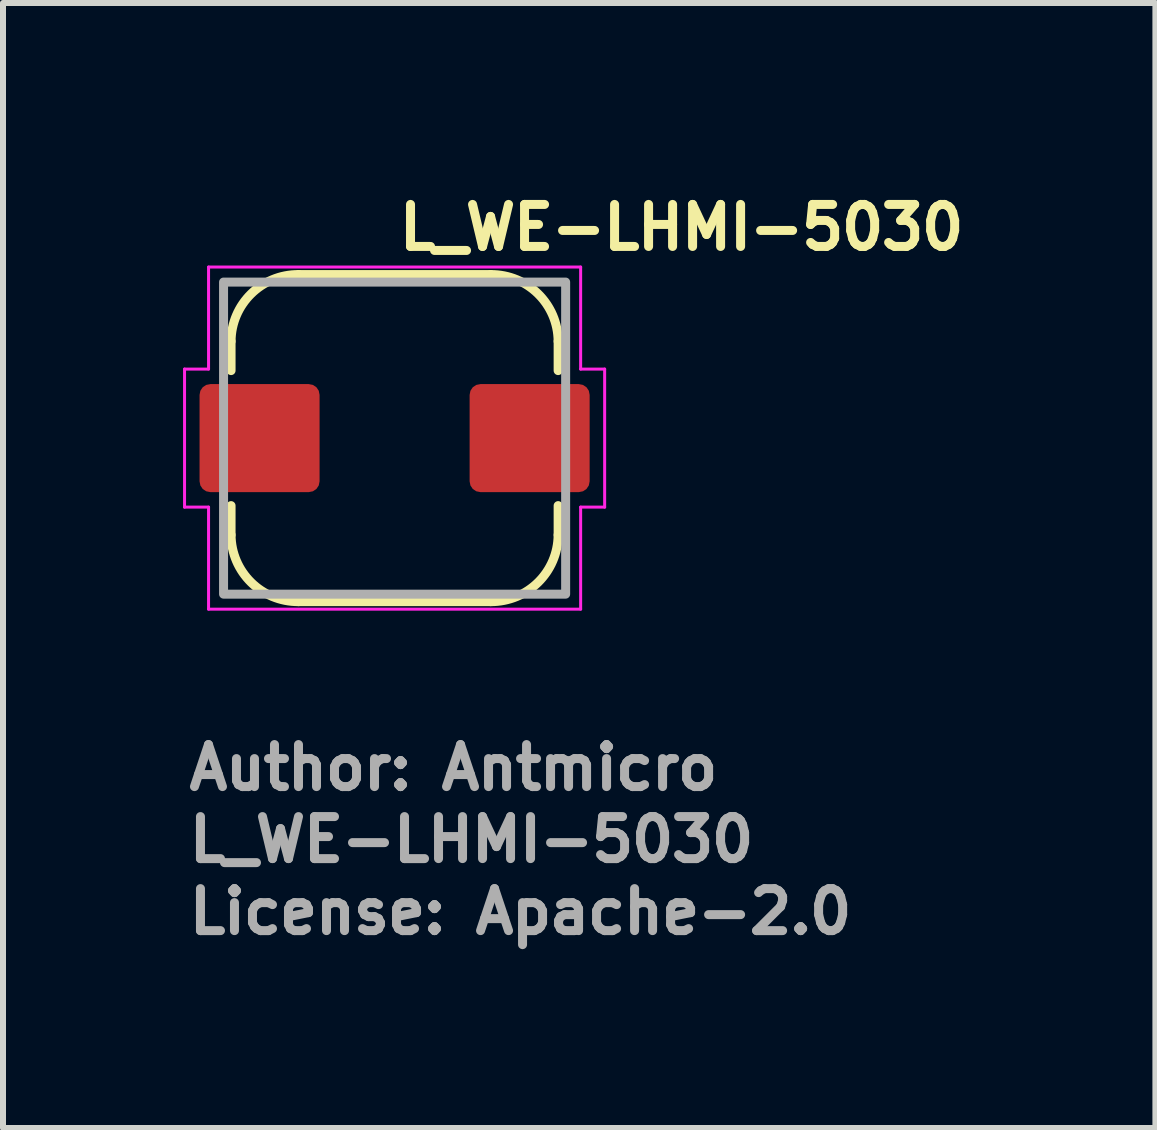
<source format=kicad_pcb>
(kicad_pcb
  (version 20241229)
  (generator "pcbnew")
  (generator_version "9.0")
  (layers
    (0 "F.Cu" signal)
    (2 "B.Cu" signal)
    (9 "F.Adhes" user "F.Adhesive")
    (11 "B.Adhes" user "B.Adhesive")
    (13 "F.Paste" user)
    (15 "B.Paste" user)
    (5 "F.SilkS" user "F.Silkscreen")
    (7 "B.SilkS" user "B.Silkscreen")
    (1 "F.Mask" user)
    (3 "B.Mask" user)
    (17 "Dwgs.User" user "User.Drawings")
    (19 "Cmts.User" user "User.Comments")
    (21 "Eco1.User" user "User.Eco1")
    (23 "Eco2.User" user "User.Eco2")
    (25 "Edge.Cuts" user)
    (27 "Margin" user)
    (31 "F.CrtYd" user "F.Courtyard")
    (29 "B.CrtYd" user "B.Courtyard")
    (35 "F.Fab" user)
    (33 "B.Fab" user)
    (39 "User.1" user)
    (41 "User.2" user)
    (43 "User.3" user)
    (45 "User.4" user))
  (footprint "L_WE-LHMI-5030"
    (layer "F.Cu")
    (at 3.525 4.25)
    (property "Reference" "L_WE-LHMI-5030" (at 0 -3.1 180) (layer "F.SilkS") (effects (font (size 0.7 0.7) (thickness 0.15)) (justify left bottom)))
    (attr smd)
    (fp_line (start -2.725 -1.613) (end -2.725 -1.125) (stroke (width 0.15) (type solid)) (layer "F.SilkS"))
    (fp_line (start -2.725 1.613) (end -2.725 1.125) (stroke (width 0.15) (type solid)) (layer "F.SilkS"))
    (fp_line (start -1.6 -2.725) (end 1.6 -2.725) (stroke (width 0.15) (type solid)) (layer "F.SilkS"))
    (fp_line (start 1.6 2.725) (end -1.6 2.725) (stroke (width 0.15) (type solid)) (layer "F.SilkS"))
    (fp_line (start 2.725 -1.613) (end 2.725 -1.125) (stroke (width 0.15) (type solid)) (layer "F.SilkS"))
    (fp_line (start 2.725 1.613) (end 2.725 1.125) (stroke (width 0.15) (type solid)) (layer "F.SilkS"))
    (fp_arc (start -2.725 -1.6125) (mid -2.392906 -2.401745) (end -1.6 -2.725) (stroke (width 0.15) (type solid)) (layer "F.SilkS"))
    (fp_arc (start -1.6 2.725) (mid -2.392906 2.401745) (end -2.725 1.6125) (stroke (width 0.15) (type solid)) (layer "F.SilkS"))
    (fp_arc (start 1.6 -2.725) (mid 2.392906 -2.401745) (end 2.725 -1.6125) (stroke (width 0.15) (type solid)) (layer "F.SilkS"))
    (fp_arc (start 2.725 1.6125) (mid 2.392906 2.401745) (end 1.6 2.725) (stroke (width 0.15) (type solid)) (layer "F.SilkS"))
    (fp_line (start -3.5 1.15) (end -3.5 -1.15) (stroke (width 0.05) (type solid)) (layer "F.CrtYd"))
    (fp_line (start -3.1 -2.85) (end 3.1 -2.85) (stroke (width 0.05) (type solid)) (layer "F.CrtYd"))
    (fp_line (start -3.1 -1.15) (end -3.5 -1.15) (stroke (width 0.05) (type solid)) (layer "F.CrtYd"))
    (fp_line (start -3.1 -1.15) (end -3.1 -2.85) (stroke (width 0.05) (type solid)) (layer "F.CrtYd"))
    (fp_line (start -3.1 1.15) (end -3.5 1.15) (stroke (width 0.05) (type solid)) (layer "F.CrtYd"))
    (fp_line (start -3.1 2.85) (end -3.1 1.15) (stroke (width 0.05) (type solid)) (layer "F.CrtYd"))
    (fp_line (start 3.1 -2.85) (end 3.1 -1.15) (stroke (width 0.05) (type solid)) (layer "F.CrtYd"))
    (fp_line (start 3.1 -1.15) (end 3.5 -1.15) (stroke (width 0.05) (type solid)) (layer "F.CrtYd"))
    (fp_line (start 3.1 1.15) (end 3.1 2.85) (stroke (width 0.05) (type solid)) (layer "F.CrtYd"))
    (fp_line (start 3.1 1.15) (end 3.5 1.15) (stroke (width 0.05) (type solid)) (layer "F.CrtYd"))
    (fp_line (start 3.1 2.85) (end -3.1 2.85) (stroke (width 0.05) (type solid)) (layer "F.CrtYd"))
    (fp_line (start 3.5 -1.15) (end 3.5 1.15) (stroke (width 0.05) (type solid)) (layer "F.CrtYd"))
    (fp_rect (start -2.85 -2.6) (end 2.85 2.6) (stroke (width 0.15) (type solid)) (fill no) (layer "F.Fab"))
    (fp_rect (start -2.85 -2.6) (end 2.85 2.6) (stroke (width 0.1) (type solid)) (fill no) (layer "User.5"))
    (fp_line (start -2.85 -0.75) (end -2.85 0.75) (stroke (width 0.02) (type solid)) (layer "User.9"))
    (fp_line (start -2.85 -0.75) (end -2.85 0.75) (stroke (width 0.02) (type solid)) (layer "User.9"))
    (fp_line (start -2.6 -0.75) (end -2.85 -0.75) (stroke (width 0.02) (type solid)) (layer "User.9"))
    (fp_line (start -2.6 0.75) (end -2.85 0.75) (stroke (width 0.02) (type solid)) (layer "User.9"))
    (fp_line (start -2.6 1.6) (end -2.6 -1.6) (stroke (width 0.02) (type solid)) (layer "User.9"))
    (fp_line (start -2.6 1.6) (end -2.598 1.651) (stroke (width 0.02) (type solid)) (layer "User.9"))
    (fp_line (start -2.598 -1.651) (end -2.6 -1.6) (stroke (width 0.02) (type solid)) (layer "User.9"))
    (fp_line (start -2.598 1.651) (end -2.594 1.702) (stroke (width 0.02) (type solid)) (layer "User.9"))
    (fp_line (start -2.594 -1.702) (end -2.598 -1.651) (stroke (width 0.02) (type solid)) (layer "User.9"))
    (fp_line (start -2.594 1.702) (end -2.588 1.752) (stroke (width 0.02) (type solid)) (layer "User.9"))
    (fp_line (start -2.588 -1.752) (end -2.594 -1.702) (stroke (width 0.02) (type solid)) (layer "User.9"))
    (fp_line (start -2.588 1.752) (end -2.579 1.801) (stroke (width 0.02) (type solid)) (layer "User.9"))
    (fp_line (start -2.579 -1.801) (end -2.588 -1.752) (stroke (width 0.02) (type solid)) (layer "User.9"))
    (fp_line (start -2.579 1.801) (end -2.568 1.849) (stroke (width 0.02) (type solid)) (layer "User.9"))
    (fp_line (start -2.568 -1.849) (end -2.579 -1.801) (stroke (width 0.02) (type solid)) (layer "User.9"))
    (fp_line (start -2.568 1.849) (end -2.555 1.897) (stroke (width 0.02) (type solid)) (layer "User.9"))
    (fp_line (start -2.555 -1.897) (end -2.568 -1.849) (stroke (width 0.02) (type solid)) (layer "User.9"))
    (fp_line (start -2.555 1.897) (end -2.539 1.943) (stroke (width 0.02) (type solid)) (layer "User.9"))
    (fp_line (start -2.539 -1.943) (end -2.555 -1.897) (stroke (width 0.02) (type solid)) (layer "User.9"))
    (fp_line (start -2.539 1.943) (end -2.521 1.989) (stroke (width 0.02) (type solid)) (layer "User.9"))
    (fp_line (start -2.521 -1.989) (end -2.539 -1.943) (stroke (width 0.02) (type solid)) (layer "User.9"))
    (fp_line (start -2.521 1.989) (end -2.501 2.032) (stroke (width 0.02) (type solid)) (layer "User.9"))
    (fp_line (start -2.501 -2.032) (end -2.521 -1.989) (stroke (width 0.02) (type solid)) (layer "User.9"))
    (fp_line (start -2.501 2.032) (end -2.479 2.076) (stroke (width 0.02) (type solid)) (layer "User.9"))
    (fp_line (start -2.479 -2.076) (end -2.501 -2.032) (stroke (width 0.02) (type solid)) (layer "User.9"))
    (fp_line (start -2.479 2.076) (end -2.455 2.118) (stroke (width 0.02) (type solid)) (layer "User.9"))
    (fp_line (start -2.455 -2.118) (end -2.479 -2.076) (stroke (width 0.02) (type solid)) (layer "User.9"))
    (fp_line (start -2.455 2.118) (end -2.429 2.159) (stroke (width 0.02) (type solid)) (layer "User.9"))
    (fp_line (start -2.429 -2.159) (end -2.455 -2.118) (stroke (width 0.02) (type solid)) (layer "User.9"))
    (fp_line (start -2.429 2.159) (end -2.401 2.198) (stroke (width 0.02) (type solid)) (layer "User.9"))
    (fp_line (start -2.401 -2.198) (end -2.429 -2.159) (stroke (width 0.02) (type solid)) (layer "User.9"))
    (fp_line (start -2.401 2.198) (end -2.371 2.236) (stroke (width 0.02) (type solid)) (layer "User.9"))
    (fp_line (start -2.4 -1.6) (end -2.4 1.6) (stroke (width 0.02) (type solid)) (layer "User.9"))
    (fp_line (start -2.4 1.6) (end -2.399 1.639) (stroke (width 0.02) (type solid)) (layer "User.9"))
    (fp_line (start -2.399 -1.639) (end -2.4 -1.6) (stroke (width 0.02) (type solid)) (layer "User.9"))
    (fp_line (start -2.399 1.639) (end -2.396 1.679) (stroke (width 0.02) (type solid)) (layer "User.9"))
    (fp_line (start -2.396 -1.679) (end -2.399 -1.639) (stroke (width 0.02) (type solid)) (layer "User.9"))
    (fp_line (start -2.396 1.679) (end -2.391 1.718) (stroke (width 0.02) (type solid)) (layer "User.9"))
    (fp_line (start -2.391 -1.718) (end -2.396 -1.679) (stroke (width 0.02) (type solid)) (layer "User.9"))
    (fp_line (start -2.391 1.718) (end -2.384 1.756) (stroke (width 0.02) (type solid)) (layer "User.9"))
    (fp_line (start -2.384 -1.756) (end -2.391 -1.718) (stroke (width 0.02) (type solid)) (layer "User.9"))
    (fp_line (start -2.384 1.756) (end -2.375 1.795) (stroke (width 0.02) (type solid)) (layer "User.9"))
    (fp_line (start -2.375 -1.795) (end -2.384 -1.756) (stroke (width 0.02) (type solid)) (layer "User.9"))
    (fp_line (start -2.375 1.795) (end -2.365 1.832) (stroke (width 0.02) (type solid)) (layer "User.9"))
    (fp_line (start -2.371 -2.236) (end -2.401 -2.198) (stroke (width 0.02) (type solid)) (layer "User.9"))
    (fp_line (start -2.371 2.236) (end -2.34 2.272) (stroke (width 0.02) (type solid)) (layer "User.9"))
    (fp_line (start -2.365 -1.832) (end -2.375 -1.795) (stroke (width 0.02) (type solid)) (layer "User.9"))
    (fp_line (start -2.365 1.832) (end -2.353 1.869) (stroke (width 0.02) (type solid)) (layer "User.9"))
    (fp_line (start -2.353 -1.869) (end -2.365 -1.832) (stroke (width 0.02) (type solid)) (layer "User.9"))
    (fp_line (start -2.353 1.869) (end -2.339 1.906) (stroke (width 0.02) (type solid)) (layer "User.9"))
    (fp_line (start -2.34 -2.272) (end -2.371 -2.236) (stroke (width 0.02) (type solid)) (layer "User.9"))
    (fp_line (start -2.34 2.272) (end -2.307 2.307) (stroke (width 0.02) (type solid)) (layer "User.9"))
    (fp_line (start -2.339 -1.906) (end -2.353 -1.869) (stroke (width 0.02) (type solid)) (layer "User.9"))
    (fp_line (start -2.339 1.906) (end -2.323 1.941) (stroke (width 0.02) (type solid)) (layer "User.9"))
    (fp_line (start -2.323 -1.941) (end -2.339 -1.906) (stroke (width 0.02) (type solid)) (layer "User.9"))
    (fp_line (start -2.323 1.941) (end -2.305 1.976) (stroke (width 0.02) (type solid)) (layer "User.9"))
    (fp_line (start -2.307 -2.307) (end -2.34 -2.272) (stroke (width 0.02) (type solid)) (layer "User.9"))
    (fp_line (start -2.307 2.307) (end -2.272 2.34) (stroke (width 0.02) (type solid)) (layer "User.9"))
    (fp_line (start -2.305 -1.976) (end -2.323 -1.941) (stroke (width 0.02) (type solid)) (layer "User.9"))
    (fp_line (start -2.305 1.976) (end -2.286 2.01) (stroke (width 0.02) (type solid)) (layer "User.9"))
    (fp_line (start -2.286 -2.01) (end -2.305 -1.976) (stroke (width 0.02) (type solid)) (layer "User.9"))
    (fp_line (start -2.286 2.01) (end -2.265 2.043) (stroke (width 0.02) (type solid)) (layer "User.9"))
    (fp_line (start -2.272 -2.34) (end -2.307 -2.307) (stroke (width 0.02) (type solid)) (layer "User.9"))
    (fp_line (start -2.272 2.34) (end -2.236 2.371) (stroke (width 0.02) (type solid)) (layer "User.9"))
    (fp_line (start -2.265 -2.043) (end -2.286 -2.01) (stroke (width 0.02) (type solid)) (layer "User.9"))
    (fp_line (start -2.265 2.043) (end -2.243 2.075) (stroke (width 0.02) (type solid)) (layer "User.9"))
    (fp_line (start -2.243 -2.075) (end -2.265 -2.043) (stroke (width 0.02) (type solid)) (layer "User.9"))
    (fp_line (start -2.243 2.075) (end -2.218 2.107) (stroke (width 0.02) (type solid)) (layer "User.9"))
    (fp_line (start -2.236 -2.371) (end -2.272 -2.34) (stroke (width 0.02) (type solid)) (layer "User.9"))
    (fp_line (start -2.236 2.371) (end -2.198 2.401) (stroke (width 0.02) (type solid)) (layer "User.9"))
    (fp_line (start -2.218 -2.107) (end -2.243 -2.075) (stroke (width 0.02) (type solid)) (layer "User.9"))
    (fp_line (start -2.218 2.107) (end -2.193 2.136) (stroke (width 0.02) (type solid)) (layer "User.9"))
    (fp_line (start -2.198 -2.401) (end -2.236 -2.371) (stroke (width 0.02) (type solid)) (layer "User.9"))
    (fp_line (start -2.198 2.401) (end -2.159 2.429) (stroke (width 0.02) (type solid)) (layer "User.9"))
    (fp_line (start -2.193 -2.136) (end -2.218 -2.107) (stroke (width 0.02) (type solid)) (layer "User.9"))
    (fp_line (start -2.193 2.136) (end -2.165 2.165) (stroke (width 0.02) (type solid)) (layer "User.9"))
    (fp_line (start -2.165 -2.165) (end -2.193 -2.136) (stroke (width 0.02) (type solid)) (layer "User.9"))
    (fp_line (start -2.165 -2.165) (end -2.165 -2.165) (stroke (width 0.02) (type solid)) (layer "User.9"))
    (fp_line (start -2.165 2.165) (end -2.165 2.165) (stroke (width 0.02) (type solid)) (layer "User.9"))
    (fp_line (start -2.165 2.165) (end -2.136 2.193) (stroke (width 0.02) (type solid)) (layer "User.9"))
    (fp_line (start -2.159 -2.429) (end -2.198 -2.401) (stroke (width 0.02) (type solid)) (layer "User.9"))
    (fp_line (start -2.159 2.429) (end -2.118 2.455) (stroke (width 0.02) (type solid)) (layer "User.9"))
    (fp_line (start -2.136 -2.193) (end -2.165 -2.165) (stroke (width 0.02) (type solid)) (layer "User.9"))
    (fp_line (start -2.136 2.193) (end -2.107 2.218) (stroke (width 0.02) (type solid)) (layer "User.9"))
    (fp_line (start -2.118 -2.455) (end -2.159 -2.429) (stroke (width 0.02) (type solid)) (layer "User.9"))
    (fp_line (start -2.118 2.455) (end -2.076 2.479) (stroke (width 0.02) (type solid)) (layer "User.9"))
    (fp_line (start -2.107 -2.218) (end -2.136 -2.193) (stroke (width 0.02) (type solid)) (layer "User.9"))
    (fp_line (start -2.107 2.218) (end -2.075 2.243) (stroke (width 0.02) (type solid)) (layer "User.9"))
    (fp_line (start -2.076 -2.479) (end -2.118 -2.455) (stroke (width 0.02) (type solid)) (layer "User.9"))
    (fp_line (start -2.076 2.479) (end -2.032 2.501) (stroke (width 0.02) (type solid)) (layer "User.9"))
    (fp_line (start -2.075 -2.243) (end -2.107 -2.218) (stroke (width 0.02) (type solid)) (layer "User.9"))
    (fp_line (start -2.075 2.243) (end -2.043 2.265) (stroke (width 0.02) (type solid)) (layer "User.9"))
    (fp_line (start -2.043 -2.265) (end -2.075 -2.243) (stroke (width 0.02) (type solid)) (layer "User.9"))
    (fp_line (start -2.043 2.265) (end -2.01 2.286) (stroke (width 0.02) (type solid)) (layer "User.9"))
    (fp_line (start -2.032 -2.501) (end -2.076 -2.479) (stroke (width 0.02) (type solid)) (layer "User.9"))
    (fp_line (start -2.032 2.501) (end -1.989 2.521) (stroke (width 0.02) (type solid)) (layer "User.9"))
    (fp_line (start -2.01 -2.286) (end -2.043 -2.265) (stroke (width 0.02) (type solid)) (layer "User.9"))
    (fp_line (start -2.01 2.286) (end -1.976 2.305) (stroke (width 0.02) (type solid)) (layer "User.9"))
    (fp_line (start -1.989 -2.521) (end -2.032 -2.501) (stroke (width 0.02) (type solid)) (layer "User.9"))
    (fp_line (start -1.989 2.521) (end -1.943 2.539) (stroke (width 0.02) (type solid)) (layer "User.9"))
    (fp_line (start -1.976 -2.305) (end -2.01 -2.286) (stroke (width 0.02) (type solid)) (layer "User.9"))
    (fp_line (start -1.976 2.305) (end -1.941 2.323) (stroke (width 0.02) (type solid)) (layer "User.9"))
    (fp_line (start -1.943 -2.539) (end -1.989 -2.521) (stroke (width 0.02) (type solid)) (layer "User.9"))
    (fp_line (start -1.943 2.539) (end -1.897 2.555) (stroke (width 0.02) (type solid)) (layer "User.9"))
    (fp_line (start -1.941 -2.323) (end -1.976 -2.305) (stroke (width 0.02) (type solid)) (layer "User.9"))
    (fp_line (start -1.941 2.323) (end -1.906 2.339) (stroke (width 0.02) (type solid)) (layer "User.9"))
    (fp_line (start -1.906 -2.339) (end -1.941 -2.323) (stroke (width 0.02) (type solid)) (layer "User.9"))
    (fp_line (start -1.906 2.339) (end -1.869 2.353) (stroke (width 0.02) (type solid)) (layer "User.9"))
    (fp_line (start -1.897 -2.555) (end -1.943 -2.539) (stroke (width 0.02) (type solid)) (layer "User.9"))
    (fp_line (start -1.897 2.555) (end -1.849 2.568) (stroke (width 0.02) (type solid)) (layer "User.9"))
    (fp_line (start -1.869 -2.353) (end -1.906 -2.339) (stroke (width 0.02) (type solid)) (layer "User.9"))
    (fp_line (start -1.869 2.353) (end -1.832 2.365) (stroke (width 0.02) (type solid)) (layer "User.9"))
    (fp_line (start -1.849 -2.568) (end -1.897 -2.555) (stroke (width 0.02) (type solid)) (layer "User.9"))
    (fp_line (start -1.849 2.568) (end -1.801 2.579) (stroke (width 0.02) (type solid)) (layer "User.9"))
    (fp_line (start -1.832 -2.365) (end -1.869 -2.353) (stroke (width 0.02) (type solid)) (layer "User.9"))
    (fp_line (start -1.832 2.365) (end -1.795 2.375) (stroke (width 0.02) (type solid)) (layer "User.9"))
    (fp_line (start -1.801 -2.579) (end -1.849 -2.568) (stroke (width 0.02) (type solid)) (layer "User.9"))
    (fp_line (start -1.801 2.579) (end -1.752 2.588) (stroke (width 0.02) (type solid)) (layer "User.9"))
    (fp_line (start -1.795 -2.375) (end -1.832 -2.365) (stroke (width 0.02) (type solid)) (layer "User.9"))
    (fp_line (start -1.795 2.375) (end -1.756 2.384) (stroke (width 0.02) (type solid)) (layer "User.9"))
    (fp_line (start -1.756 -2.384) (end -1.795 -2.375) (stroke (width 0.02) (type solid)) (layer "User.9"))
    (fp_line (start -1.756 2.384) (end -1.718 2.391) (stroke (width 0.02) (type solid)) (layer "User.9"))
    (fp_line (start -1.752 -2.588) (end -1.801 -2.579) (stroke (width 0.02) (type solid)) (layer "User.9"))
    (fp_line (start -1.752 2.588) (end -1.702 2.594) (stroke (width 0.02) (type solid)) (layer "User.9"))
    (fp_line (start -1.718 -2.391) (end -1.756 -2.384) (stroke (width 0.02) (type solid)) (layer "User.9"))
    (fp_line (start -1.718 2.391) (end -1.679 2.396) (stroke (width 0.02) (type solid)) (layer "User.9"))
    (fp_line (start -1.702 -2.594) (end -1.752 -2.588) (stroke (width 0.02) (type solid)) (layer "User.9"))
    (fp_line (start -1.702 2.594) (end -1.651 2.598) (stroke (width 0.02) (type solid)) (layer "User.9"))
    (fp_line (start -1.679 -2.396) (end -1.718 -2.391) (stroke (width 0.02) (type solid)) (layer "User.9"))
    (fp_line (start -1.679 2.396) (end -1.639 2.399) (stroke (width 0.02) (type solid)) (layer "User.9"))
    (fp_line (start -1.651 -2.598) (end -1.702 -2.594) (stroke (width 0.02) (type solid)) (layer "User.9"))
    (fp_line (start -1.651 2.598) (end -1.6 2.6) (stroke (width 0.02) (type solid)) (layer "User.9"))
    (fp_line (start -1.639 -2.399) (end -1.679 -2.396) (stroke (width 0.02) (type solid)) (layer "User.9"))
    (fp_line (start -1.639 2.399) (end -1.6 2.4) (stroke (width 0.02) (type solid)) (layer "User.9"))
    (fp_line (start -1.6 -2.6) (end -1.651 -2.598) (stroke (width 0.02) (type solid)) (layer "User.9"))
    (fp_line (start -1.6 -2.6) (end 1.6 -2.6) (stroke (width 0.02) (type solid)) (layer "User.9"))
    (fp_line (start -1.6 -2.4) (end -1.639 -2.399) (stroke (width 0.02) (type solid)) (layer "User.9"))
    (fp_line (start -1.6 2.4) (end 1.6 2.4) (stroke (width 0.02) (type solid)) (layer "User.9"))
    (fp_line (start 1.6 -2.4) (end -1.6 -2.4) (stroke (width 0.02) (type solid)) (layer "User.9"))
    (fp_line (start 1.6 2.4) (end 1.639 2.399) (stroke (width 0.02) (type solid)) (layer "User.9"))
    (fp_line (start 1.6 2.6) (end -1.6 2.6) (stroke (width 0.02) (type solid)) (layer "User.9"))
    (fp_line (start 1.6 2.6) (end 1.651 2.598) (stroke (width 0.02) (type solid)) (layer "User.9"))
    (fp_line (start 1.639 -2.399) (end 1.6 -2.4) (stroke (width 0.02) (type solid)) (layer "User.9"))
    (fp_line (start 1.639 2.399) (end 1.679 2.396) (stroke (width 0.02) (type solid)) (layer "User.9"))
    (fp_line (start 1.651 -2.598) (end 1.6 -2.6) (stroke (width 0.02) (type solid)) (layer "User.9"))
    (fp_line (start 1.651 2.598) (end 1.702 2.594) (stroke (width 0.02) (type solid)) (layer "User.9"))
    (fp_line (start 1.679 -2.396) (end 1.639 -2.399) (stroke (width 0.02) (type solid)) (layer "User.9"))
    (fp_line (start 1.679 2.396) (end 1.718 2.391) (stroke (width 0.02) (type solid)) (layer "User.9"))
    (fp_line (start 1.702 -2.594) (end 1.651 -2.598) (stroke (width 0.02) (type solid)) (layer "User.9"))
    (fp_line (start 1.702 2.594) (end 1.752 2.588) (stroke (width 0.02) (type solid)) (layer "User.9"))
    (fp_line (start 1.718 -2.391) (end 1.679 -2.396) (stroke (width 0.02) (type solid)) (layer "User.9"))
    (fp_line (start 1.718 2.391) (end 1.756 2.384) (stroke (width 0.02) (type solid)) (layer "User.9"))
    (fp_line (start 1.752 -2.588) (end 1.702 -2.594) (stroke (width 0.02) (type solid)) (layer "User.9"))
    (fp_line (start 1.752 2.588) (end 1.801 2.579) (stroke (width 0.02) (type solid)) (layer "User.9"))
    (fp_line (start 1.756 -2.384) (end 1.718 -2.391) (stroke (width 0.02) (type solid)) (layer "User.9"))
    (fp_line (start 1.756 2.384) (end 1.795 2.375) (stroke (width 0.02) (type solid)) (layer "User.9"))
    (fp_line (start 1.795 -2.375) (end 1.756 -2.384) (stroke (width 0.02) (type solid)) (layer "User.9"))
    (fp_line (start 1.795 2.375) (end 1.832 2.365) (stroke (width 0.02) (type solid)) (layer "User.9"))
    (fp_line (start 1.801 -2.579) (end 1.752 -2.588) (stroke (width 0.02) (type solid)) (layer "User.9"))
    (fp_line (start 1.801 2.579) (end 1.849 2.568) (stroke (width 0.02) (type solid)) (layer "User.9"))
    (fp_line (start 1.832 -2.365) (end 1.795 -2.375) (stroke (width 0.02) (type solid)) (layer "User.9"))
    (fp_line (start 1.832 2.365) (end 1.869 2.353) (stroke (width 0.02) (type solid)) (layer "User.9"))
    (fp_line (start 1.849 -2.568) (end 1.801 -2.579) (stroke (width 0.02) (type solid)) (layer "User.9"))
    (fp_line (start 1.849 2.568) (end 1.897 2.555) (stroke (width 0.02) (type solid)) (layer "User.9"))
    (fp_line (start 1.869 -2.353) (end 1.832 -2.365) (stroke (width 0.02) (type solid)) (layer "User.9"))
    (fp_line (start 1.869 2.353) (end 1.906 2.339) (stroke (width 0.02) (type solid)) (layer "User.9"))
    (fp_line (start 1.897 -2.555) (end 1.849 -2.568) (stroke (width 0.02) (type solid)) (layer "User.9"))
    (fp_line (start 1.897 2.555) (end 1.943 2.539) (stroke (width 0.02) (type solid)) (layer "User.9"))
    (fp_line (start 1.906 -2.339) (end 1.869 -2.353) (stroke (width 0.02) (type solid)) (layer "User.9"))
    (fp_line (start 1.906 2.339) (end 1.941 2.323) (stroke (width 0.02) (type solid)) (layer "User.9"))
    (fp_line (start 1.941 -2.323) (end 1.906 -2.339) (stroke (width 0.02) (type solid)) (layer "User.9"))
    (fp_line (start 1.941 2.323) (end 1.976 2.305) (stroke (width 0.02) (type solid)) (layer "User.9"))
    (fp_line (start 1.943 -2.539) (end 1.897 -2.555) (stroke (width 0.02) (type solid)) (layer "User.9"))
    (fp_line (start 1.943 2.539) (end 1.989 2.521) (stroke (width 0.02) (type solid)) (layer "User.9"))
    (fp_line (start 1.976 -2.305) (end 1.941 -2.323) (stroke (width 0.02) (type solid)) (layer "User.9"))
    (fp_line (start 1.976 2.305) (end 2.01 2.286) (stroke (width 0.02) (type solid)) (layer "User.9"))
    (fp_line (start 1.989 -2.521) (end 1.943 -2.539) (stroke (width 0.02) (type solid)) (layer "User.9"))
    (fp_line (start 1.989 2.521) (end 2.032 2.501) (stroke (width 0.02) (type solid)) (layer "User.9"))
    (fp_line (start 2.01 -2.286) (end 1.976 -2.305) (stroke (width 0.02) (type solid)) (layer "User.9"))
    (fp_line (start 2.01 2.286) (end 2.043 2.265) (stroke (width 0.02) (type solid)) (layer "User.9"))
    (fp_line (start 2.032 -2.501) (end 1.989 -2.521) (stroke (width 0.02) (type solid)) (layer "User.9"))
    (fp_line (start 2.032 2.501) (end 2.076 2.479) (stroke (width 0.02) (type solid)) (layer "User.9"))
    (fp_line (start 2.043 -2.265) (end 2.01 -2.286) (stroke (width 0.02) (type solid)) (layer "User.9"))
    (fp_line (start 2.043 2.265) (end 2.075 2.243) (stroke (width 0.02) (type solid)) (layer "User.9"))
    (fp_line (start 2.075 -2.243) (end 2.043 -2.265) (stroke (width 0.02) (type solid)) (layer "User.9"))
    (fp_line (start 2.075 2.243) (end 2.107 2.218) (stroke (width 0.02) (type solid)) (layer "User.9"))
    (fp_line (start 2.076 -2.479) (end 2.032 -2.501) (stroke (width 0.02) (type solid)) (layer "User.9"))
    (fp_line (start 2.076 2.479) (end 2.118 2.455) (stroke (width 0.02) (type solid)) (layer "User.9"))
    (fp_line (start 2.107 -2.218) (end 2.075 -2.243) (stroke (width 0.02) (type solid)) (layer "User.9"))
    (fp_line (start 2.107 2.218) (end 2.136 2.193) (stroke (width 0.02) (type solid)) (layer "User.9"))
    (fp_line (start 2.118 -2.455) (end 2.076 -2.479) (stroke (width 0.02) (type solid)) (layer "User.9"))
    (fp_line (start 2.118 2.455) (end 2.159 2.429) (stroke (width 0.02) (type solid)) (layer "User.9"))
    (fp_line (start 2.136 -2.193) (end 2.107 -2.218) (stroke (width 0.02) (type solid)) (layer "User.9"))
    (fp_line (start 2.136 2.193) (end 2.165 2.165) (stroke (width 0.02) (type solid)) (layer "User.9"))
    (fp_line (start 2.159 -2.429) (end 2.118 -2.455) (stroke (width 0.02) (type solid)) (layer "User.9"))
    (fp_line (start 2.159 2.429) (end 2.198 2.401) (stroke (width 0.02) (type solid)) (layer "User.9"))
    (fp_line (start 2.165 -2.165) (end 2.136 -2.193) (stroke (width 0.02) (type solid)) (layer "User.9"))
    (fp_line (start 2.165 -2.165) (end 2.165 -2.165) (stroke (width 0.02) (type solid)) (layer "User.9"))
    (fp_line (start 2.165 2.165) (end 2.165 2.165) (stroke (width 0.02) (type solid)) (layer "User.9"))
    (fp_line (start 2.165 2.165) (end 2.193 2.136) (stroke (width 0.02) (type solid)) (layer "User.9"))
    (fp_line (start 2.193 -2.136) (end 2.165 -2.165) (stroke (width 0.02) (type solid)) (layer "User.9"))
    (fp_line (start 2.193 2.136) (end 2.218 2.107) (stroke (width 0.02) (type solid)) (layer "User.9"))
    (fp_line (start 2.198 -2.401) (end 2.159 -2.429) (stroke (width 0.02) (type solid)) (layer "User.9"))
    (fp_line (start 2.198 2.401) (end 2.236 2.371) (stroke (width 0.02) (type solid)) (layer "User.9"))
    (fp_line (start 2.218 -2.107) (end 2.193 -2.136) (stroke (width 0.02) (type solid)) (layer "User.9"))
    (fp_line (start 2.218 2.107) (end 2.243 2.075) (stroke (width 0.02) (type solid)) (layer "User.9"))
    (fp_line (start 2.236 -2.371) (end 2.198 -2.401) (stroke (width 0.02) (type solid)) (layer "User.9"))
    (fp_line (start 2.236 2.371) (end 2.272 2.34) (stroke (width 0.02) (type solid)) (layer "User.9"))
    (fp_line (start 2.243 -2.075) (end 2.218 -2.107) (stroke (width 0.02) (type solid)) (layer "User.9"))
    (fp_line (start 2.243 2.075) (end 2.265 2.043) (stroke (width 0.02) (type solid)) (layer "User.9"))
    (fp_line (start 2.265 -2.043) (end 2.243 -2.075) (stroke (width 0.02) (type solid)) (layer "User.9"))
    (fp_line (start 2.265 2.043) (end 2.286 2.01) (stroke (width 0.02) (type solid)) (layer "User.9"))
    (fp_line (start 2.272 -2.34) (end 2.236 -2.371) (stroke (width 0.02) (type solid)) (layer "User.9"))
    (fp_line (start 2.272 2.34) (end 2.307 2.307) (stroke (width 0.02) (type solid)) (layer "User.9"))
    (fp_line (start 2.286 -2.01) (end 2.265 -2.043) (stroke (width 0.02) (type solid)) (layer "User.9"))
    (fp_line (start 2.286 2.01) (end 2.305 1.976) (stroke (width 0.02) (type solid)) (layer "User.9"))
    (fp_line (start 2.305 -1.976) (end 2.286 -2.01) (stroke (width 0.02) (type solid)) (layer "User.9"))
    (fp_line (start 2.305 1.976) (end 2.323 1.941) (stroke (width 0.02) (type solid)) (layer "User.9"))
    (fp_line (start 2.307 -2.307) (end 2.272 -2.34) (stroke (width 0.02) (type solid)) (layer "User.9"))
    (fp_line (start 2.307 2.307) (end 2.34 2.272) (stroke (width 0.02) (type solid)) (layer "User.9"))
    (fp_line (start 2.323 -1.941) (end 2.305 -1.976) (stroke (width 0.02) (type solid)) (layer "User.9"))
    (fp_line (start 2.323 1.941) (end 2.339 1.906) (stroke (width 0.02) (type solid)) (layer "User.9"))
    (fp_line (start 2.339 -1.906) (end 2.323 -1.941) (stroke (width 0.02) (type solid)) (layer "User.9"))
    (fp_line (start 2.339 1.906) (end 2.353 1.869) (stroke (width 0.02) (type solid)) (layer "User.9"))
    (fp_line (start 2.34 -2.272) (end 2.307 -2.307) (stroke (width 0.02) (type solid)) (layer "User.9"))
    (fp_line (start 2.34 2.272) (end 2.371 2.236) (stroke (width 0.02) (type solid)) (layer "User.9"))
    (fp_line (start 2.353 -1.869) (end 2.339 -1.906) (stroke (width 0.02) (type solid)) (layer "User.9"))
    (fp_line (start 2.353 1.869) (end 2.365 1.832) (stroke (width 0.02) (type solid)) (layer "User.9"))
    (fp_line (start 2.365 -1.832) (end 2.353 -1.869) (stroke (width 0.02) (type solid)) (layer "User.9"))
    (fp_line (start 2.365 1.832) (end 2.375 1.795) (stroke (width 0.02) (type solid)) (layer "User.9"))
    (fp_line (start 2.371 -2.236) (end 2.34 -2.272) (stroke (width 0.02) (type solid)) (layer "User.9"))
    (fp_line (start 2.371 2.236) (end 2.401 2.198) (stroke (width 0.02) (type solid)) (layer "User.9"))
    (fp_line (start 2.375 -1.795) (end 2.365 -1.832) (stroke (width 0.02) (type solid)) (layer "User.9"))
    (fp_line (start 2.375 1.795) (end 2.384 1.756) (stroke (width 0.02) (type solid)) (layer "User.9"))
    (fp_line (start 2.384 -1.756) (end 2.375 -1.795) (stroke (width 0.02) (type solid)) (layer "User.9"))
    (fp_line (start 2.384 1.756) (end 2.391 1.718) (stroke (width 0.02) (type solid)) (layer "User.9"))
    (fp_line (start 2.391 -1.718) (end 2.384 -1.756) (stroke (width 0.02) (type solid)) (layer "User.9"))
    (fp_line (start 2.391 1.718) (end 2.396 1.679) (stroke (width 0.02) (type solid)) (layer "User.9"))
    (fp_line (start 2.396 -1.679) (end 2.391 -1.718) (stroke (width 0.02) (type solid)) (layer "User.9"))
    (fp_line (start 2.396 1.679) (end 2.399 1.639) (stroke (width 0.02) (type solid)) (layer "User.9"))
    (fp_line (start 2.399 -1.639) (end 2.396 -1.679) (stroke (width 0.02) (type solid)) (layer "User.9"))
    (fp_line (start 2.399 1.639) (end 2.4 1.6) (stroke (width 0.02) (type solid)) (layer "User.9"))
    (fp_line (start 2.4 -1.6) (end 2.399 -1.639) (stroke (width 0.02) (type solid)) (layer "User.9"))
    (fp_line (start 2.4 1.6) (end 2.4 -1.6) (stroke (width 0.02) (type solid)) (layer "User.9"))
    (fp_line (start 2.401 -2.198) (end 2.371 -2.236) (stroke (width 0.02) (type solid)) (layer "User.9"))
    (fp_line (start 2.401 2.198) (end 2.429 2.159) (stroke (width 0.02) (type solid)) (layer "User.9"))
    (fp_line (start 2.429 -2.159) (end 2.401 -2.198) (stroke (width 0.02) (type solid)) (layer "User.9"))
    (fp_line (start 2.429 2.159) (end 2.455 2.118) (stroke (width 0.02) (type solid)) (layer "User.9"))
    (fp_line (start 2.455 -2.118) (end 2.429 -2.159) (stroke (width 0.02) (type solid)) (layer "User.9"))
    (fp_line (start 2.455 2.118) (end 2.479 2.076) (stroke (width 0.02) (type solid)) (layer "User.9"))
    (fp_line (start 2.479 -2.076) (end 2.455 -2.118) (stroke (width 0.02) (type solid)) (layer "User.9"))
    (fp_line (start 2.479 2.076) (end 2.501 2.032) (stroke (width 0.02) (type solid)) (layer "User.9"))
    (fp_line (start 2.501 -2.032) (end 2.479 -2.076) (stroke (width 0.02) (type solid)) (layer "User.9"))
    (fp_line (start 2.501 2.032) (end 2.521 1.989) (stroke (width 0.02) (type solid)) (layer "User.9"))
    (fp_line (start 2.521 -1.989) (end 2.501 -2.032) (stroke (width 0.02) (type solid)) (layer "User.9"))
    (fp_line (start 2.521 1.989) (end 2.539 1.943) (stroke (width 0.02) (type solid)) (layer "User.9"))
    (fp_line (start 2.539 -1.943) (end 2.521 -1.989) (stroke (width 0.02) (type solid)) (layer "User.9"))
    (fp_line (start 2.539 1.943) (end 2.555 1.897) (stroke (width 0.02) (type solid)) (layer "User.9"))
    (fp_line (start 2.555 -1.897) (end 2.539 -1.943) (stroke (width 0.02) (type solid)) (layer "User.9"))
    (fp_line (start 2.555 1.897) (end 2.568 1.849) (stroke (width 0.02) (type solid)) (layer "User.9"))
    (fp_line (start 2.568 -1.849) (end 2.555 -1.897) (stroke (width 0.02) (type solid)) (layer "User.9"))
    (fp_line (start 2.568 1.849) (end 2.579 1.801) (stroke (width 0.02) (type solid)) (layer "User.9"))
    (fp_line (start 2.579 -1.801) (end 2.568 -1.849) (stroke (width 0.02) (type solid)) (layer "User.9"))
    (fp_line (start 2.579 1.801) (end 2.588 1.752) (stroke (width 0.02) (type solid)) (layer "User.9"))
    (fp_line (start 2.588 -1.752) (end 2.579 -1.801) (stroke (width 0.02) (type solid)) (layer "User.9"))
    (fp_line (start 2.588 1.752) (end 2.594 1.702) (stroke (width 0.02) (type solid)) (layer "User.9"))
    (fp_line (start 2.594 -1.702) (end 2.588 -1.752) (stroke (width 0.02) (type solid)) (layer "User.9"))
    (fp_line (start 2.594 1.702) (end 2.598 1.651) (stroke (width 0.02) (type solid)) (layer "User.9"))
    (fp_line (start 2.598 -1.651) (end 2.594 -1.702) (stroke (width 0.02) (type solid)) (layer "User.9"))
    (fp_line (start 2.598 1.651) (end 2.6 1.6) (stroke (width 0.02) (type solid)) (layer "User.9"))
    (fp_line (start 2.6 -1.6) (end 2.598 -1.651) (stroke (width 0.02) (type solid)) (layer "User.9"))
    (fp_line (start 2.6 -1.6) (end 2.6 1.6) (stroke (width 0.02) (type solid)) (layer "User.9"))
    (fp_line (start 2.85 -0.75) (end 2.6 -0.75) (stroke (width 0.02) (type solid)) (layer "User.9"))
    (fp_line (start 2.85 -0.75) (end 2.85 0.75) (stroke (width 0.02) (type solid)) (layer "User.9"))
    (fp_line (start 2.85 -0.75) (end 2.85 0.75) (stroke (width 0.02) (type solid)) (layer "User.9"))
    (fp_line (start 2.85 0.75) (end 2.6 0.75) (stroke (width 0.02) (type solid)) (layer "User.9"))
    (fp_text user "${REFERENCE}" (at -3.5 7.1 0) (layer "F.Fab") (effects (font (size 0.7 0.7) (thickness 0.15)) (justify left bottom)))
    (fp_text user "License: Apache-2.0" (at -3.5 8.3 0) (layer "F.Fab") (effects (font (size 0.7 0.7) (thickness 0.15)) (justify left bottom)))
    (fp_text user "Author: Antmicro" (at -3.5 5.9 0) (layer "F.Fab") (effects (font (size 0.7 0.7) (thickness 0.15)) (justify left bottom)))
    (pad "1" smd roundrect (at -2.25 0 180) (size 2 1.8) (layers "F.Cu" "F.Mask" "F.Paste") (roundrect_rratio 0.1))
    (pad "2" smd roundrect (at 2.25 0) (size 2 1.8) (layers "F.Cu" "F.Mask" "F.Paste") (roundrect_rratio 0.1)))
  (gr_rect
    (start -3 -3)
    (end 16.202 15.745)
    (stroke (width 0.1) (type default))
    (fill no)
    (layer "Edge.Cuts")))
</source>
